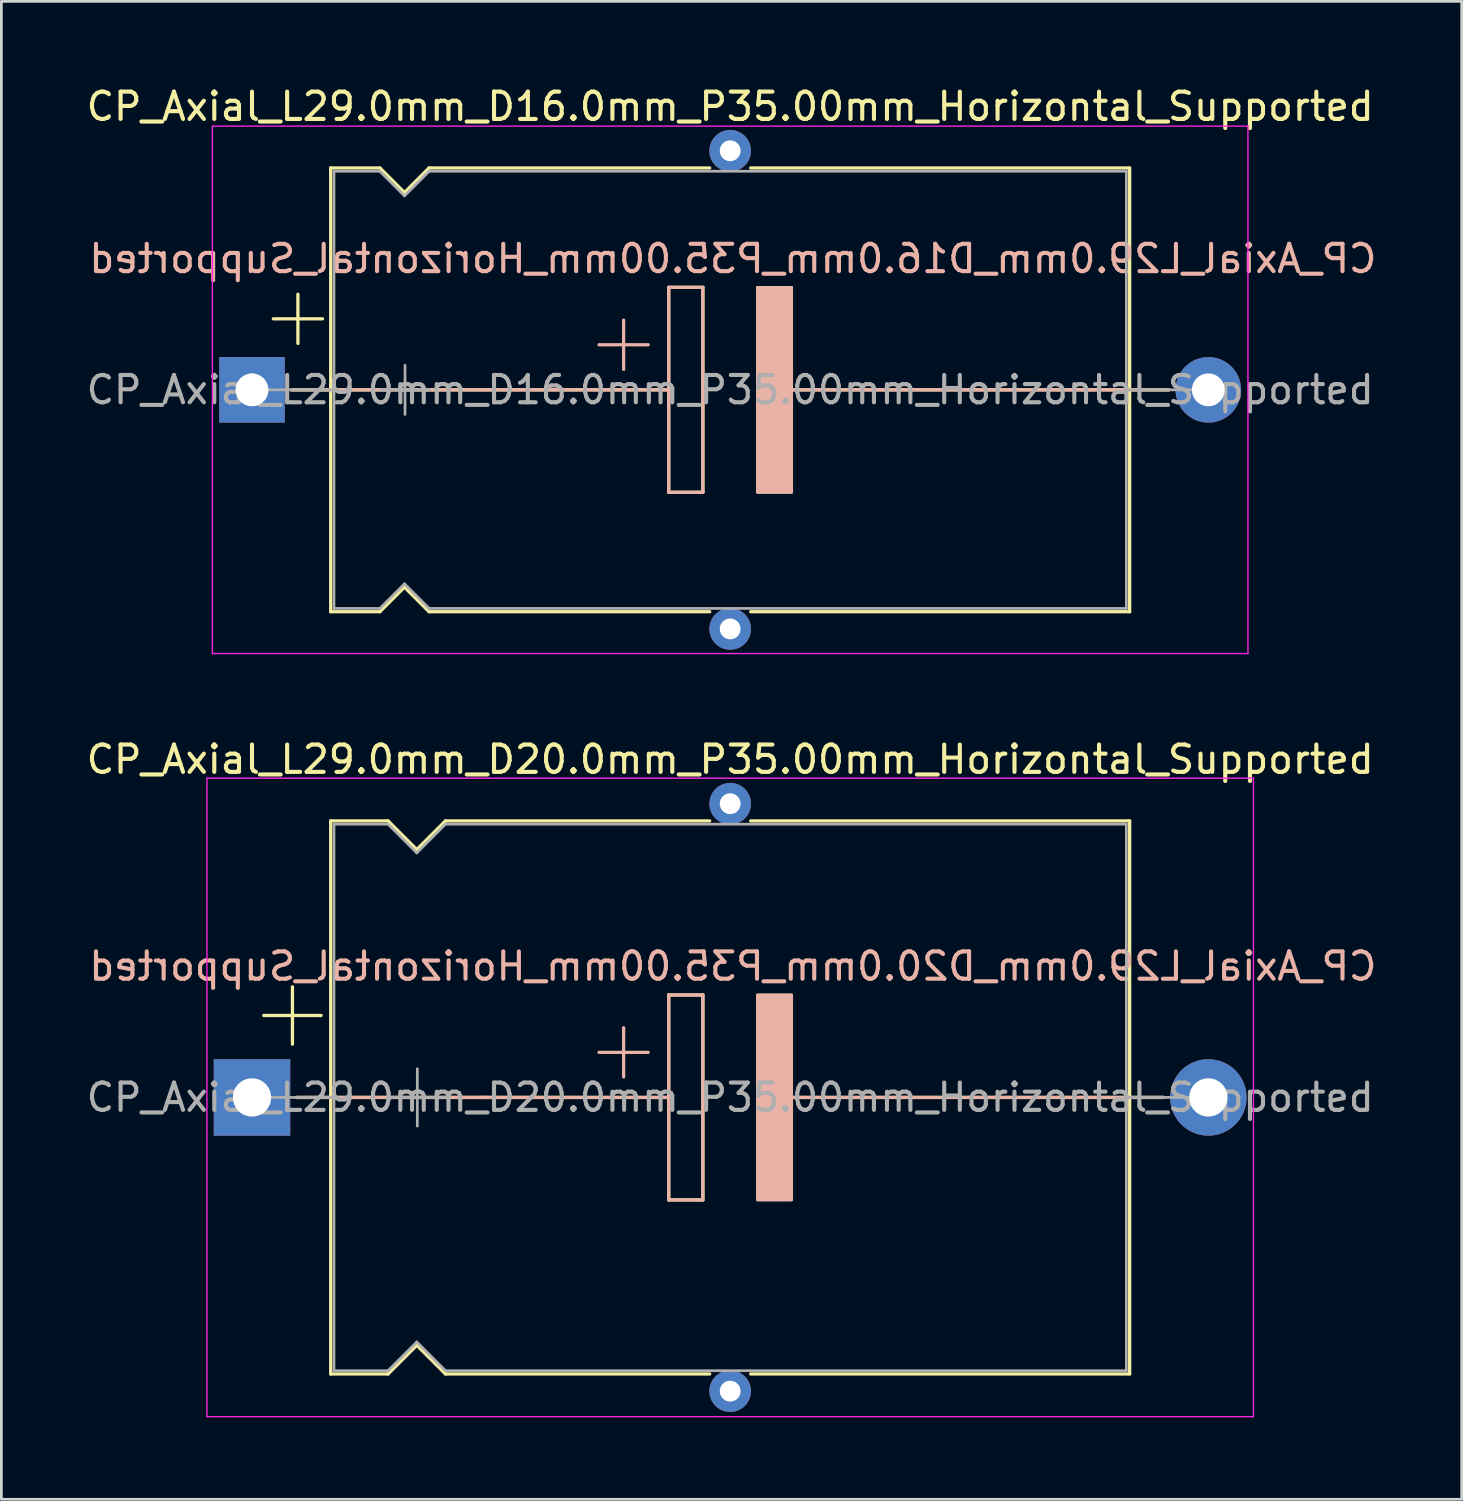
<source format=kicad_pcb>
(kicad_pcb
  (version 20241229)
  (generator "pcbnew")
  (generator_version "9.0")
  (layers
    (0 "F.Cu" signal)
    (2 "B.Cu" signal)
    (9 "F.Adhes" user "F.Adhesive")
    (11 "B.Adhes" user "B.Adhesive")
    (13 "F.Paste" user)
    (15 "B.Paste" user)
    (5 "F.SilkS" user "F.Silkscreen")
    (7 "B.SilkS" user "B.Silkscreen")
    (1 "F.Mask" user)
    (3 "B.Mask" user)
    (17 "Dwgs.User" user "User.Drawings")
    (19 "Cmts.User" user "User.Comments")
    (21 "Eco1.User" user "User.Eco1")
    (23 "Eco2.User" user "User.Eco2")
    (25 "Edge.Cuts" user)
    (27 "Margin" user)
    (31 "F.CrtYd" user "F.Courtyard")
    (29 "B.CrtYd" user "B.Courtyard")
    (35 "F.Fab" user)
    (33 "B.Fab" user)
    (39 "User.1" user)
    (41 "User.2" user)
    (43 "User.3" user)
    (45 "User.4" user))
  (footprint "CP_Axial_L29.0mm_D20.0mm_P35.00mm_Horizontal_Supported"
    (layer "F.Cu")
    (at 6.173 37.114)
    (property "Reference" "CP_Axial_L29.0mm_D20.0mm_P35.00mm_Horizontal_Supported" (at 17.5 -12.37 0) (layer "F.SilkS") (effects (font (size 1 1) (thickness 0.15))))
    (fp_line (start 0.43 -3) (end 2.53 -3) (stroke (width 0.12) (type solid)) (layer "F.SilkS"))
    (fp_line (start 1.48 -4.05) (end 1.48 -1.95) (stroke (width 0.12) (type solid)) (layer "F.SilkS"))
    (fp_line (start 1.64 0) (end 2.88 0) (stroke (width 0.12) (type solid)) (layer "F.SilkS"))
    (fp_line (start 2.88 -10.12) (end 2.88 10.12) (stroke (width 0.12) (type solid)) (layer "F.SilkS"))
    (fp_line (start 2.88 -10.12) (end 4.98 -10.12) (stroke (width 0.12) (type solid)) (layer "F.SilkS"))
    (fp_line (start 2.88 0) (end 15.25 0) (stroke (width 0.12) (type solid)) (layer "F.SilkS"))
    (fp_line (start 2.88 10.12) (end 4.98 10.12) (stroke (width 0.12) (type solid)) (layer "F.SilkS"))
    (fp_line (start 4.98 -10.12) (end 6.03 -9.07) (stroke (width 0.12) (type solid)) (layer "F.SilkS"))
    (fp_line (start 4.98 10.12) (end 6.03 9.07) (stroke (width 0.12) (type solid)) (layer "F.SilkS"))
    (fp_line (start 6.03 -9.07) (end 7.08 -10.12) (stroke (width 0.12) (type solid)) (layer "F.SilkS"))
    (fp_line (start 6.03 9.07) (end 7.08 10.12) (stroke (width 0.12) (type solid)) (layer "F.SilkS"))
    (fp_line (start 7.08 -10.12) (end 16.75 -10.12) (stroke (width 0.12) (type solid)) (layer "F.SilkS"))
    (fp_line (start 7.08 10.12) (end 16.75 10.12) (stroke (width 0.12) (type solid)) (layer "F.SilkS"))
    (fp_line (start 15.25 -3.75) (end 16.5 -3.75) (stroke (width 0.12) (type solid)) (layer "F.SilkS"))
    (fp_line (start 15.25 0) (end 15.25 -3.75) (stroke (width 0.12) (type solid)) (layer "F.SilkS"))
    (fp_line (start 15.25 3.75) (end 15.25 0) (stroke (width 0.12) (type solid)) (layer "F.SilkS"))
    (fp_line (start 16.5 -3.75) (end 16.5 3.75) (stroke (width 0.12) (type solid)) (layer "F.SilkS"))
    (fp_line (start 16.5 3.75) (end 15.25 3.75) (stroke (width 0.12) (type solid)) (layer "F.SilkS"))
    (fp_line (start 18.25 -10.12) (end 32.12 -10.12) (stroke (width 0.12) (type solid)) (layer "F.SilkS"))
    (fp_line (start 18.25 10.12) (end 32.12 10.12) (stroke (width 0.12) (type solid)) (layer "F.SilkS"))
    (fp_line (start 19.75 0) (end 32.12 0) (stroke (width 0.12) (type solid)) (layer "F.SilkS"))
    (fp_line (start 32.12 -10.12) (end 32.12 10.12) (stroke (width 0.12) (type solid)) (layer "F.SilkS"))
    (fp_line (start 33.36 0) (end 32.12 0) (stroke (width 0.12) (type solid)) (layer "F.SilkS"))
    (fp_poly (pts (xy 19.75 3.75) (xy 18.5 3.75) (xy 18.5 -3.75) (xy 19.75 -3.75)) (stroke (width 0.1) (type solid)) (fill yes) (layer "F.SilkS"))
    (fp_line (start 1.65 0) (end 8.58 0) (stroke (width 0.12) (type solid)) (layer "B.SilkS"))
    (fp_line (start 8.38 0) (end 15.25 0) (stroke (width 0.12) (type solid)) (layer "B.SilkS"))
    (fp_line (start 13.6 -2.55) (end 13.6 -0.75) (stroke (width 0.12) (type solid)) (layer "B.SilkS"))
    (fp_line (start 14.5 -1.65) (end 12.7 -1.65) (stroke (width 0.12) (type solid)) (layer "B.SilkS"))
    (fp_line (start 15.25 -3.75) (end 16.5 -3.75) (stroke (width 0.12) (type solid)) (layer "B.SilkS"))
    (fp_line (start 15.25 0) (end 15.25 -3.75) (stroke (width 0.12) (type solid)) (layer "B.SilkS"))
    (fp_line (start 15.25 3.75) (end 15.25 0) (stroke (width 0.12) (type solid)) (layer "B.SilkS"))
    (fp_line (start 16.5 -3.75) (end 16.5 3.75) (stroke (width 0.12) (type solid)) (layer "B.SilkS"))
    (fp_line (start 16.5 3.75) (end 15.25 3.75) (stroke (width 0.12) (type solid)) (layer "B.SilkS"))
    (fp_line (start 19.75 0) (end 26.62 0) (stroke (width 0.12) (type solid)) (layer "B.SilkS"))
    (fp_line (start 33.35 0) (end 26.62 0) (stroke (width 0.12) (type solid)) (layer "B.SilkS"))
    (fp_poly (pts (xy 19.75 3.75) (xy 18.5 3.75) (xy 18.5 -3.75) (xy 19.75 -3.75)) (stroke (width 0.1) (type solid)) (fill yes) (layer "B.SilkS"))
    (fp_line (start -1.65 -11.684) (end -1.65 11.684) (stroke (width 0.05) (type solid)) (layer "F.CrtYd"))
    (fp_line (start -1.65 11.684) (end 36.65 11.684) (stroke (width 0.05) (type solid)) (layer "F.CrtYd"))
    (fp_line (start 36.65 -11.684) (end -1.65 -11.684) (stroke (width 0.05) (type solid)) (layer "F.CrtYd"))
    (fp_line (start 36.65 11.684) (end 36.65 -11.684) (stroke (width 0.05) (type solid)) (layer "F.CrtYd"))
    (fp_line (start 0 0) (end 3 0) (stroke (width 0.1) (type solid)) (layer "F.Fab"))
    (fp_line (start 3 -10) (end 3 10) (stroke (width 0.1) (type solid)) (layer "F.Fab"))
    (fp_line (start 3 -10) (end 4.98 -10) (stroke (width 0.1) (type solid)) (layer "F.Fab"))
    (fp_line (start 3 10) (end 4.98 10) (stroke (width 0.1) (type solid)) (layer "F.Fab"))
    (fp_line (start 4.98 -10) (end 6.03 -8.95) (stroke (width 0.1) (type solid)) (layer "F.Fab"))
    (fp_line (start 4.98 10) (end 6.03 8.95) (stroke (width 0.1) (type solid)) (layer "F.Fab"))
    (fp_line (start 5 0) (end 7.1 0) (stroke (width 0.1) (type solid)) (layer "F.Fab"))
    (fp_line (start 6.03 -8.95) (end 7.08 -10) (stroke (width 0.1) (type solid)) (layer "F.Fab"))
    (fp_line (start 6.03 8.95) (end 7.08 10) (stroke (width 0.1) (type solid)) (layer "F.Fab"))
    (fp_line (start 6.05 -1.05) (end 6.05 1.05) (stroke (width 0.1) (type solid)) (layer "F.Fab"))
    (fp_line (start 7.08 -10) (end 32 -10) (stroke (width 0.1) (type solid)) (layer "F.Fab"))
    (fp_line (start 7.08 10) (end 32 10) (stroke (width 0.1) (type solid)) (layer "F.Fab"))
    (fp_line (start 32 -10) (end 32 10) (stroke (width 0.1) (type solid)) (layer "F.Fab"))
    (fp_line (start 35 0) (end 32 0) (stroke (width 0.1) (type solid)) (layer "F.Fab"))
    (fp_text user "${REFERENCE}" (at 17.6 -4.8 0) (layer "B.SilkS") (effects (font (size 1 1) (thickness 0.15)) (justify mirror)))
    (fp_text user "${REFERENCE}" (at 17.5 0 0) (layer "F.Fab") (effects (font (size 1 1) (thickness 0.15))))
    (pad "1" thru_hole rect (at 0 0) (size 2.8 2.8) (drill 1.4) (layers "*.Cu" "*.Mask"))
    (pad "2" thru_hole oval (at 35 0) (size 2.8 2.8) (drill 1.4) (layers "*.Cu" "*.Mask"))
    (pad "~" thru_hole circle (at 17.5 -10.75) (size 1.524 1.524) (drill 0.762) (layers "*.Cu" "*.Mask"))
    (pad "~" thru_hole circle (at 17.5 10.75) (size 1.524 1.524) (drill 0.762) (layers "*.Cu" "*.Mask")))
  (footprint "CP_Axial_L29.0mm_D16.0mm_P35.00mm_Horizontal_Supported"
    (layer "F.Cu")
    (at 6.173 11.218)
    (property "Reference" "CP_Axial_L29.0mm_D16.0mm_P35.00mm_Horizontal_Supported" (at 17.5 -10.37 0) (layer "F.SilkS") (effects (font (size 1 1) (thickness 0.15))))
    (fp_line (start 0.78 -2.6) (end 2.58 -2.6) (stroke (width 0.12) (type solid)) (layer "F.SilkS"))
    (fp_line (start 1.44 0) (end 2.88 0) (stroke (width 0.12) (type solid)) (layer "F.SilkS"))
    (fp_line (start 1.68 -3.5) (end 1.68 -1.7) (stroke (width 0.12) (type solid)) (layer "F.SilkS"))
    (fp_line (start 2.88 -8.12) (end 2.88 8.12) (stroke (width 0.12) (type solid)) (layer "F.SilkS"))
    (fp_line (start 2.88 -8.12) (end 4.68 -8.12) (stroke (width 0.12) (type solid)) (layer "F.SilkS"))
    (fp_line (start 2.88 0) (end 15.25 0) (stroke (width 0.12) (type solid)) (layer "F.SilkS"))
    (fp_line (start 2.88 8.12) (end 4.68 8.12) (stroke (width 0.12) (type solid)) (layer "F.SilkS"))
    (fp_line (start 4.68 -8.12) (end 5.58 -7.22) (stroke (width 0.12) (type solid)) (layer "F.SilkS"))
    (fp_line (start 4.68 8.12) (end 5.58 7.22) (stroke (width 0.12) (type solid)) (layer "F.SilkS"))
    (fp_line (start 5.58 -7.22) (end 6.48 -8.12) (stroke (width 0.12) (type solid)) (layer "F.SilkS"))
    (fp_line (start 5.58 7.22) (end 6.48 8.12) (stroke (width 0.12) (type solid)) (layer "F.SilkS"))
    (fp_line (start 6.48 -8.12) (end 16.75 -8.12) (stroke (width 0.12) (type solid)) (layer "F.SilkS"))
    (fp_line (start 6.48 8.12) (end 16.75 8.12) (stroke (width 0.12) (type solid)) (layer "F.SilkS"))
    (fp_line (start 15.25 -3.75) (end 16.5 -3.75) (stroke (width 0.12) (type solid)) (layer "F.SilkS"))
    (fp_line (start 15.25 0) (end 15.25 -3.75) (stroke (width 0.12) (type solid)) (layer "F.SilkS"))
    (fp_line (start 15.25 3.75) (end 15.25 0) (stroke (width 0.12) (type solid)) (layer "F.SilkS"))
    (fp_line (start 16.5 -3.75) (end 16.5 3.75) (stroke (width 0.12) (type solid)) (layer "F.SilkS"))
    (fp_line (start 16.5 3.75) (end 15.25 3.75) (stroke (width 0.12) (type solid)) (layer "F.SilkS"))
    (fp_line (start 18.25 -8.12) (end 32.12 -8.12) (stroke (width 0.12) (type solid)) (layer "F.SilkS"))
    (fp_line (start 18.25 8.12) (end 32.12 8.12) (stroke (width 0.12) (type solid)) (layer "F.SilkS"))
    (fp_line (start 19.75 0) (end 32.131 0) (stroke (width 0.12) (type solid)) (layer "F.SilkS"))
    (fp_line (start 32.12 -8.12) (end 32.12 8.12) (stroke (width 0.12) (type solid)) (layer "F.SilkS"))
    (fp_line (start 33.56 0) (end 32.12 0) (stroke (width 0.12) (type solid)) (layer "F.SilkS"))
    (fp_poly (pts (xy 19.75 3.75) (xy 18.5 3.75) (xy 18.5 -3.75) (xy 19.75 -3.75)) (stroke (width 0.1) (type solid)) (fill yes) (layer "F.SilkS"))
    (fp_line (start 1.45 0) (end 8.38 0) (stroke (width 0.12) (type solid)) (layer "B.SilkS"))
    (fp_line (start 8.38 0) (end 15.25 0) (stroke (width 0.12) (type solid)) (layer "B.SilkS"))
    (fp_line (start 13.6 -2.55) (end 13.6 -0.75) (stroke (width 0.12) (type solid)) (layer "B.SilkS"))
    (fp_line (start 14.5 -1.65) (end 12.7 -1.65) (stroke (width 0.12) (type solid)) (layer "B.SilkS"))
    (fp_line (start 15.25 -3.75) (end 16.5 -3.75) (stroke (width 0.12) (type solid)) (layer "B.SilkS"))
    (fp_line (start 15.25 0) (end 15.25 -3.75) (stroke (width 0.12) (type solid)) (layer "B.SilkS"))
    (fp_line (start 15.25 3.75) (end 15.25 0) (stroke (width 0.12) (type solid)) (layer "B.SilkS"))
    (fp_line (start 16.5 -3.75) (end 16.5 3.75) (stroke (width 0.12) (type solid)) (layer "B.SilkS"))
    (fp_line (start 16.5 3.75) (end 15.25 3.75) (stroke (width 0.12) (type solid)) (layer "B.SilkS"))
    (fp_line (start 19.75 0) (end 26.62 0) (stroke (width 0.12) (type solid)) (layer "B.SilkS"))
    (fp_line (start 33.55 0) (end 26.62 0) (stroke (width 0.12) (type solid)) (layer "B.SilkS"))
    (fp_poly (pts (xy 19.75 3.75) (xy 18.5 3.75) (xy 18.5 -3.75) (xy 19.75 -3.75)) (stroke (width 0.1) (type solid)) (fill yes) (layer "B.SilkS"))
    (fp_line (start -1.45 -9.652) (end -1.45 9.652) (stroke (width 0.05) (type solid)) (layer "F.CrtYd"))
    (fp_line (start -1.45 9.652) (end 36.45 9.652) (stroke (width 0.05) (type solid)) (layer "F.CrtYd"))
    (fp_line (start 36.449 9.652) (end 36.45 -9.652) (stroke (width 0.05) (type solid)) (layer "F.CrtYd"))
    (fp_line (start 36.45 -9.652) (end -1.45 -9.652) (stroke (width 0.05) (type solid)) (layer "F.CrtYd"))
    (fp_line (start 0 0) (end 3 0) (stroke (width 0.1) (type solid)) (layer "F.Fab"))
    (fp_line (start 3 -8) (end 3 8) (stroke (width 0.1) (type solid)) (layer "F.Fab"))
    (fp_line (start 3 -8) (end 4.68 -8) (stroke (width 0.1) (type solid)) (layer "F.Fab"))
    (fp_line (start 3 8) (end 4.68 8) (stroke (width 0.1) (type solid)) (layer "F.Fab"))
    (fp_line (start 4.68 -8) (end 5.58 -7.1) (stroke (width 0.1) (type solid)) (layer "F.Fab"))
    (fp_line (start 4.68 8) (end 5.58 7.1) (stroke (width 0.1) (type solid)) (layer "F.Fab"))
    (fp_line (start 4.7 0) (end 6.5 0) (stroke (width 0.1) (type solid)) (layer "F.Fab"))
    (fp_line (start 5.58 -7.1) (end 6.48 -8) (stroke (width 0.1) (type solid)) (layer "F.Fab"))
    (fp_line (start 5.58 7.1) (end 6.48 8) (stroke (width 0.1) (type solid)) (layer "F.Fab"))
    (fp_line (start 5.6 -0.9) (end 5.6 0.9) (stroke (width 0.1) (type solid)) (layer "F.Fab"))
    (fp_line (start 6.48 -8) (end 32 -8) (stroke (width 0.1) (type solid)) (layer "F.Fab"))
    (fp_line (start 6.48 8) (end 32 8) (stroke (width 0.1) (type solid)) (layer "F.Fab"))
    (fp_line (start 32 -8) (end 32 8) (stroke (width 0.1) (type solid)) (layer "F.Fab"))
    (fp_line (start 35 0) (end 32 0) (stroke (width 0.1) (type solid)) (layer "F.Fab"))
    (fp_text user "${REFERENCE}" (at 17.6 -4.8 0) (layer "B.SilkS") (effects (font (size 1 1) (thickness 0.15)) (justify mirror)))
    (fp_text user "${REFERENCE}" (at 17.5 0 0) (layer "F.Fab") (effects (font (size 1 1) (thickness 0.15))))
    (pad "1" thru_hole rect (at 0 0) (size 2.4 2.4) (drill 1.2) (layers "*.Cu" "*.Mask"))
    (pad "2" thru_hole oval (at 35 0) (size 2.4 2.4) (drill 1.2) (layers "*.Cu" "*.Mask"))
    (pad "~" thru_hole circle (at 17.5 -8.75) (size 1.524 1.524) (drill 0.762) (layers "*.Cu" "*.Mask"))
    (pad "~" thru_hole circle (at 17.5 8.75) (size 1.524 1.524) (drill 0.762) (layers "*.Cu" "*.Mask")))
  (gr_rect
    (start -3 -3)
    (end 50.445 51.822)
    (stroke (width 0.1) (type default))
    (fill no)
    (layer "Edge.Cuts")))
</source>
